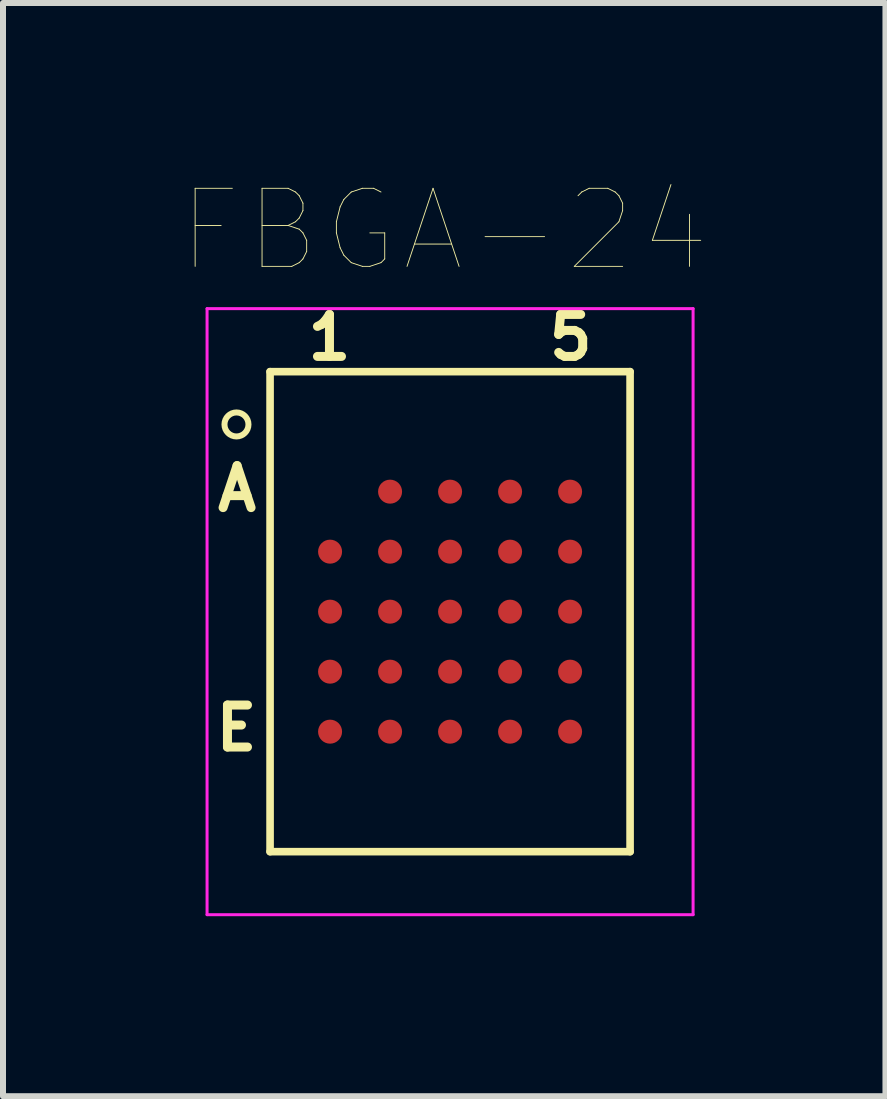
<source format=kicad_pcb>
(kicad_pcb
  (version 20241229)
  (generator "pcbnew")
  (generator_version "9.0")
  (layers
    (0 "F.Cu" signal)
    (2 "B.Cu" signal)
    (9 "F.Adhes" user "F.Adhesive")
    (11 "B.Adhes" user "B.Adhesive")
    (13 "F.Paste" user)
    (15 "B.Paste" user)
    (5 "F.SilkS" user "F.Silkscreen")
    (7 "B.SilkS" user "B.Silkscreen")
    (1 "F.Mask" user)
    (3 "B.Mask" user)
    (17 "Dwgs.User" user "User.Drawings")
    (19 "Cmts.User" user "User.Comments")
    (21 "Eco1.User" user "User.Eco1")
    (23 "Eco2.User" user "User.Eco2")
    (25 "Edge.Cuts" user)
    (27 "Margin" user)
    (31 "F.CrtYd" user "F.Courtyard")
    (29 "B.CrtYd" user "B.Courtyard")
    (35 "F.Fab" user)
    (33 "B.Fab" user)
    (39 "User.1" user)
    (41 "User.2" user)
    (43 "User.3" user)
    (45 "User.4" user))
  (footprint "FBGA-24"
    (layer "F.Cu")
    (at 4.451 7.144)
    (property "Reference" "FBGA-24" (at -0.098 -6.356 0) (layer "F.SilkS") (effects (font (size 1.301 1.301) (thickness 0.015))))
    (attr through_hole)
    (fp_line (start -3 -4) (end 3 -4) (stroke (width 0.127) (type solid)) (layer "F.SilkS"))
    (fp_line (start -3 4) (end -3 -4) (stroke (width 0.127) (type solid)) (layer "F.SilkS"))
    (fp_line (start 3 -4) (end 3 4) (stroke (width 0.127) (type solid)) (layer "F.SilkS"))
    (fp_line (start 3 4) (end -3 4) (stroke (width 0.127) (type solid)) (layer "F.SilkS"))
    (fp_circle (center -3.56 -3.12) (end -3.36 -3.12) (stroke (width 0.1) (type solid)) (fill no) (layer "F.SilkS"))
    (fp_line (start -4.05 -5.05) (end 4.05 -5.05) (stroke (width 0.05) (type solid)) (layer "F.CrtYd"))
    (fp_line (start -4.05 5.05) (end -4.05 -5.05) (stroke (width 0.05) (type solid)) (layer "F.CrtYd"))
    (fp_line (start 4.05 -5.05) (end 4.05 5.05) (stroke (width 0.05) (type solid)) (layer "F.CrtYd"))
    (fp_line (start 4.05 5.05) (end -4.05 5.05) (stroke (width 0.05) (type solid)) (layer "F.CrtYd"))
    (fp_text user "5" (at 2.01 -4.57 0) (layer "F.SilkS") (effects (font (size 0.7 0.7) (thickness 0.15))))
    (fp_text user "A" (at -3.55 -2.05 0) (layer "F.SilkS") (effects (font (size 0.7 0.7) (thickness 0.15))))
    (fp_text user "1" (at -2.01 -4.57 0) (layer "F.SilkS") (effects (font (size 0.7 0.7) (thickness 0.15))))
    (fp_text user "E" (at -3.56 1.94 0) (layer "F.SilkS") (effects (font (size 0.7 0.7) (thickness 0.15))))
    (pad "A2" smd circle (at -1 -2) (size 0.4 0.4) (layers "F.Cu" "F.Mask" "F.Paste"))
    (pad "A3" smd circle (at 0 -2) (size 0.4 0.4) (layers "F.Cu" "F.Mask" "F.Paste"))
    (pad "A4" smd circle (at 1 -2) (size 0.4 0.4) (layers "F.Cu" "F.Mask" "F.Paste"))
    (pad "A5" smd circle (at 2 -2) (size 0.4 0.4) (layers "F.Cu" "F.Mask" "F.Paste"))
    (pad "B1" smd circle (at -2 -1) (size 0.4 0.4) (layers "F.Cu" "F.Mask" "F.Paste"))
    (pad "B2" smd circle (at -1 -1) (size 0.4 0.4) (layers "F.Cu" "F.Mask" "F.Paste"))
    (pad "B3" smd circle (at 0 -1) (size 0.4 0.4) (layers "F.Cu" "F.Mask" "F.Paste"))
    (pad "B4" smd circle (at 1 -1) (size 0.4 0.4) (layers "F.Cu" "F.Mask" "F.Paste"))
    (pad "B5" smd circle (at 2 -1) (size 0.4 0.4) (layers "F.Cu" "F.Mask" "F.Paste"))
    (pad "C1" smd circle (at -2 0) (size 0.4 0.4) (layers "F.Cu" "F.Mask" "F.Paste"))
    (pad "C2" smd circle (at -1 0) (size 0.4 0.4) (layers "F.Cu" "F.Mask" "F.Paste"))
    (pad "C3" smd circle (at 0 0) (size 0.4 0.4) (layers "F.Cu" "F.Mask" "F.Paste"))
    (pad "C4" smd circle (at 1 0) (size 0.4 0.4) (layers "F.Cu" "F.Mask" "F.Paste"))
    (pad "C5" smd circle (at 2 0) (size 0.4 0.4) (layers "F.Cu" "F.Mask" "F.Paste"))
    (pad "D1" smd circle (at -2 1) (size 0.4 0.4) (layers "F.Cu" "F.Mask" "F.Paste"))
    (pad "D2" smd circle (at -1 1) (size 0.4 0.4) (layers "F.Cu" "F.Mask" "F.Paste"))
    (pad "D3" smd circle (at 0 1) (size 0.4 0.4) (layers "F.Cu" "F.Mask" "F.Paste"))
    (pad "D4" smd circle (at 1 1) (size 0.4 0.4) (layers "F.Cu" "F.Mask" "F.Paste"))
    (pad "D5" smd circle (at 2 1) (size 0.4 0.4) (layers "F.Cu" "F.Mask" "F.Paste"))
    (pad "E1" smd circle (at -2 2) (size 0.4 0.4) (layers "F.Cu" "F.Mask" "F.Paste"))
    (pad "E2" smd circle (at -1 2) (size 0.4 0.4) (layers "F.Cu" "F.Mask" "F.Paste"))
    (pad "E3" smd circle (at 0 2) (size 0.4 0.4) (layers "F.Cu" "F.Mask" "F.Paste"))
    (pad "E4" smd circle (at 1 2) (size 0.4 0.4) (layers "F.Cu" "F.Mask" "F.Paste"))
    (pad "E5" smd circle (at 2 2) (size 0.4 0.4) (layers "F.Cu" "F.Mask" "F.Paste")))
  (gr_rect
    (start -3 -3)
    (end 11.707 15.219)
    (stroke (width 0.1) (type default))
    (fill no)
    (layer "Edge.Cuts")))
</source>
